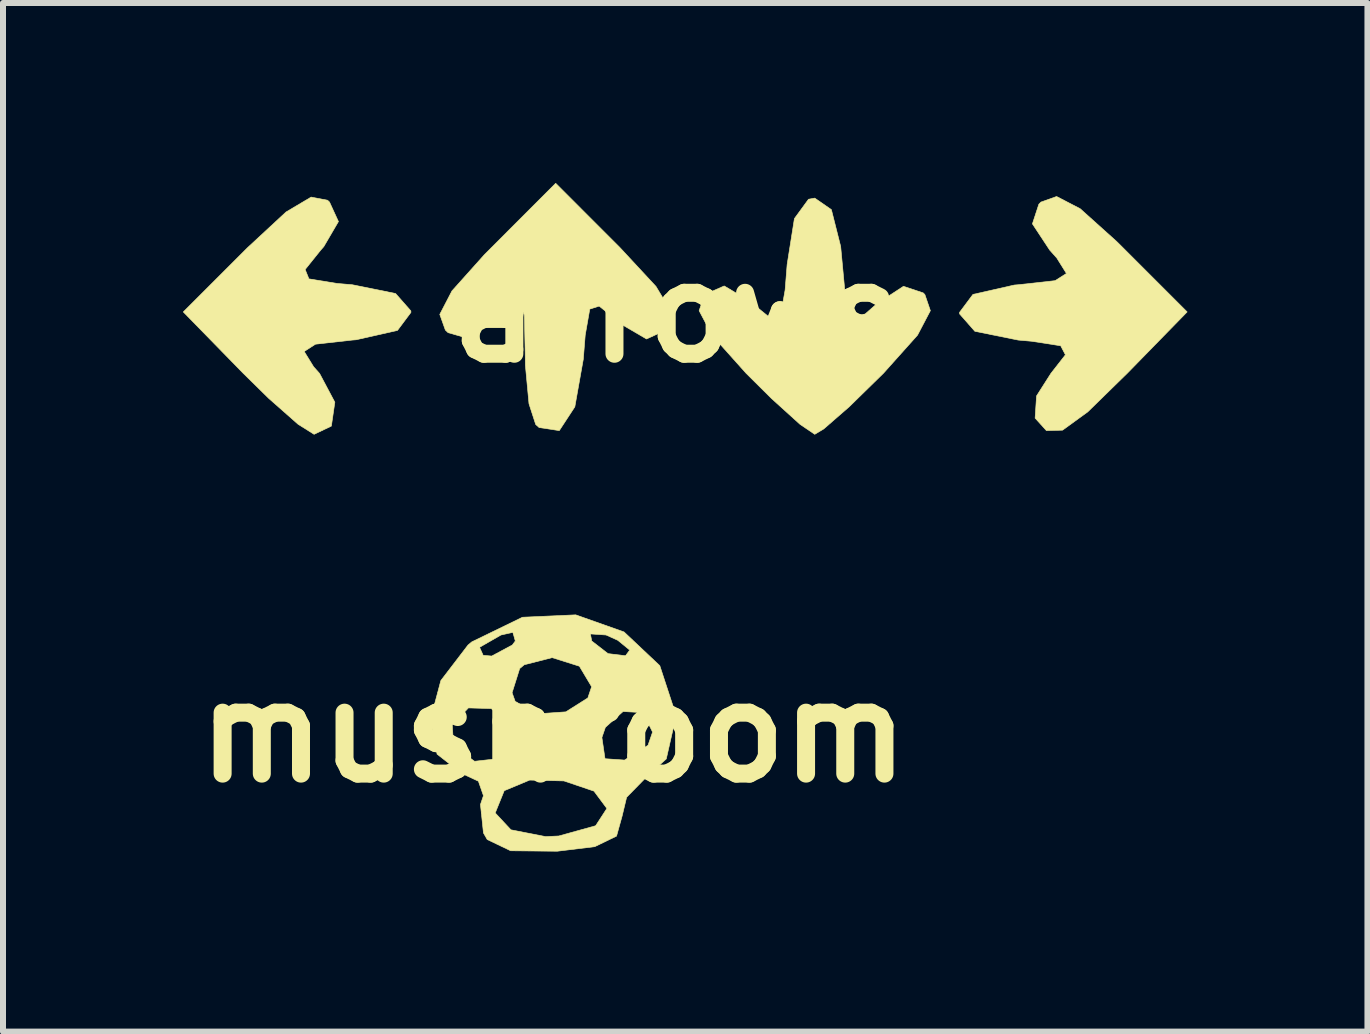
<source format=kicad_pcb>
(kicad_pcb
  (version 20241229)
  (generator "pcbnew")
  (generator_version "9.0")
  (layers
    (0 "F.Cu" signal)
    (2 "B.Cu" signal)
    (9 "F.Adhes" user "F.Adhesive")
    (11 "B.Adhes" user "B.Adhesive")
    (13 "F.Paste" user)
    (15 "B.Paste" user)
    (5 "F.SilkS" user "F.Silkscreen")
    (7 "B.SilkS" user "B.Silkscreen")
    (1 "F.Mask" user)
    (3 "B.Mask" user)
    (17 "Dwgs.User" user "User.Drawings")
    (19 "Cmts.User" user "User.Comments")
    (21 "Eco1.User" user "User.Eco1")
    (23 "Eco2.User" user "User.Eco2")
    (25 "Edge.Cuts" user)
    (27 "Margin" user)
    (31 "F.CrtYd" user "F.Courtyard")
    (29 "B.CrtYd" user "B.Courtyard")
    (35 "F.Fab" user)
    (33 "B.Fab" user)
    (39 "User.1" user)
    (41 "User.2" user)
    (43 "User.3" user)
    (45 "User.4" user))
  (footprint "mushroom"
    (layer "F.Cu")
    (at 6.176 9.155)
    (property "Reference" "mushroom" (at 0 0 0) (layer "F.SilkS") (effects (font (size 1.524 1.524) (thickness 0.3))))
    (attr through_hole)
    (fp_poly (pts (xy 1.175 -1.672) (xy 1.771 -1.11) (xy 2.03 -0.32) (xy 2.032 -0.227) (xy 1.879 0.445) (xy 1.587 0.707) (xy 1.218 1.084) (xy 1.143 1.397) (xy 1.05 1.731) (xy 0.687 1.907) (xy 0.061 1.983) (xy -0.715 1.975) (xy -1.105 1.788) (xy -1.168 1.678) (xy -1.203 1.345) (xy -0.972 1.345) (xy -0.71 1.626) (xy -0.132 1.739) (xy 0.087 1.729) (xy 0.702 1.558) (xy 0.889 1.27) (xy 0.674 0.981) (xy 0.173 0.811) (xy -0.398 0.797) (xy -0.822 0.974) (xy -0.972 1.345) (xy -1.203 1.345) (xy -1.218 1.205) (xy -1.168 1.057) (xy -1.252 0.816) (xy -1.527 0.688) (xy -1.941 0.365) (xy -2.038 -0.12) (xy -1.688 -0.12) (xy -1.665 0.232) (xy -1.316 0.484) (xy -0.935 0.441) (xy -0.762 0.142) (xy -0.783 0.087) (xy 0.806 0.087) (xy 0.858 0.441) (xy 1.183 0.464) (xy 1.575 0.217) (xy 1.651 -0.003) (xy 1.492 -0.327) (xy 1.159 -0.346) (xy 0.864 -0.082) (xy 0.806 0.087) (xy -0.783 0.087) (xy -0.931 -0.3) (xy -1.038 -0.395) (xy -1.419 -0.406) (xy -1.688 -0.12) (xy -2.038 -0.12) (xy -2.054 -0.204) (xy -1.932 -0.659) (xy -0.691 -0.659) (xy -0.64 -0.516) (xy -0.281 -0.306) (xy 0.205 -0.34) (xy 0.572 -0.572) (xy 0.635 -0.759) (xy 0.431 -1.101) (xy -0.023 -1.244) (xy -0.488 -1.125) (xy -0.564 -1.062) (xy -0.691 -0.659) (xy -1.932 -0.659) (xy -1.878 -0.862) (xy -1.454 -1.416) (xy -1.233 -1.416) (xy -1.173 -1.283) (xy -1.031 -1.27) (xy -0.687 -1.454) (xy -0.637 -1.521) (xy -0.67 -1.639) (xy 0.614 -1.639) (xy 0.637 -1.521) (xy 0.908 -1.311) (xy 1.2 -1.275) (xy 1.27 -1.37) (xy 1.071 -1.533) (xy 0.876 -1.621) (xy 0.614 -1.639) (xy -0.67 -1.639) (xy -0.678 -1.665) (xy -0.876 -1.621) (xy -1.233 -1.416) (xy -1.454 -1.416) (xy -1.425 -1.454) (xy -1.363 -1.506) (xy -0.518 -1.917) (xy 0.37 -1.957) (xy 1.175 -1.672)) (stroke (width 0.01) (type solid)) (fill yes) (layer "F.SilkS")))
  (footprint "arrows"
    (layer "F.Cu")
    (at 8.244 2.157)
    (property "Reference" "arrows" (at 0 0 0) (layer "F.SilkS") (effects (font (size 1.524 1.524) (thickness 0.3))))
    (attr through_hole)
    (fp_poly (pts (xy -5.834 -1.869) (xy -5.802 -1.839) (xy -5.653 -1.514) (xy -5.897 -1.097) (xy -5.948 -1.039) (xy -6.208 -0.715) (xy -6.145 -0.559) (xy -5.68 -0.483) (xy -5.422 -0.461) (xy -4.701 -0.315) (xy -4.446 -0.025) (xy -4.445 0) (xy -4.669 0.3) (xy -5.358 0.456) (xy -5.422 0.461) (xy -6.036 0.53) (xy -6.224 0.651) (xy -6.067 0.906) (xy -5.968 1.017) (xy -5.713 1.497) (xy -5.771 1.895) (xy -6.059 2.032) (xy -6.326 1.864) (xy -6.817 1.431) (xy -7.243 1.012) (xy -8.239 -0.008) (xy -7.172 -1.075) (xy -6.526 -1.674) (xy -6.108 -1.922) (xy -5.834 -1.869)) (stroke (width 0.01) (type solid)) (fill yes) (layer "F.SilkS"))
    (fp_poly (pts (xy 6.709 -1.729) (xy 7.317 -1.183) (xy 7.426 -1.075) (xy 8.493 -0.008) (xy 7.497 1.012) (xy 6.836 1.658) (xy 6.416 1.963) (xy 6.147 1.97) (xy 5.959 1.762) (xy 5.983 1.392) (xy 6.222 1.017) (xy 6.464 0.707) (xy 6.385 0.556) (xy 5.902 0.481) (xy 5.676 0.461) (xy 4.955 0.315) (xy 4.7 0.025) (xy 4.699 0) (xy 4.923 -0.3) (xy 5.612 -0.456) (xy 5.676 -0.461) (xy 6.292 -0.529) (xy 6.481 -0.649) (xy 6.32 -0.907) (xy 6.202 -1.039) (xy 5.914 -1.476) (xy 6.021 -1.803) (xy 6.056 -1.839) (xy 6.317 -1.932) (xy 6.709 -1.729)) (stroke (width 0.01) (type solid)) (fill yes) (layer "F.SilkS"))
    (fp_poly (pts (xy -0.961 -1.08) (xy -0.36 -0.432) (xy -0.11 -0.014) (xy -0.162 0.261) (xy -0.193 0.294) (xy -0.518 0.443) (xy -0.935 0.199) (xy -0.994 0.147) (xy -1.307 -0.105) (xy -1.464 -0.055) (xy -1.54 0.379) (xy -1.572 0.781) (xy -1.713 1.574) (xy -1.972 1.97) (xy -2.308 1.919) (xy -2.365 1.868) (xy -2.477 1.523) (xy -2.537 0.882) (xy -2.54 0.68) (xy -2.554 0.045) (xy -2.645 -0.161) (xy -2.887 -0.017) (xy -3.054 0.132) (xy -3.499 0.431) (xy -3.825 0.338) (xy -3.871 0.294) (xy -3.964 0.033) (xy -3.761 -0.358) (xy -3.216 -0.967) (xy -3.103 -1.08) (xy -2.032 -2.152) (xy -0.961 -1.08)) (stroke (width 0.01) (type solid)) (fill yes) (layer "F.SilkS"))
    (fp_poly (pts (xy 2.563 -1.713) (xy 2.718 -1.099) (xy 2.746 -0.8) (xy 2.809 -0.128) (xy 2.912 0.119) (xy 3.13 0.023) (xy 3.324 -0.147) (xy 3.765 -0.435) (xy 4.094 -0.325) (xy 4.121 -0.298) (xy 4.213 -0.029) (xy 3.999 0.379) (xy 3.432 1.013) (xy 3.429 1.016) (xy 2.86 1.573) (xy 2.436 1.942) (xy 2.286 2.032) (xy 2.04 1.865) (xy 1.564 1.434) (xy 1.143 1.016) (xy 0.575 0.381) (xy 0.359 -0.028) (xy 0.45 -0.297) (xy 0.451 -0.298) (xy 0.777 -0.441) (xy 1.203 -0.187) (xy 1.248 -0.147) (xy 1.559 0.104) (xy 1.716 0.056) (xy 1.792 -0.373) (xy 1.826 -0.8) (xy 1.947 -1.564) (xy 2.182 -1.886) (xy 2.286 -1.905) (xy 2.563 -1.713)) (stroke (width 0.01) (type solid)) (fill yes) (layer "F.SilkS")))
  (gr_rect
    (start -3 -3)
    (end 19.742 14.144)
    (stroke (width 0.1) (type default))
    (fill no)
    (layer "Edge.Cuts")))
</source>
